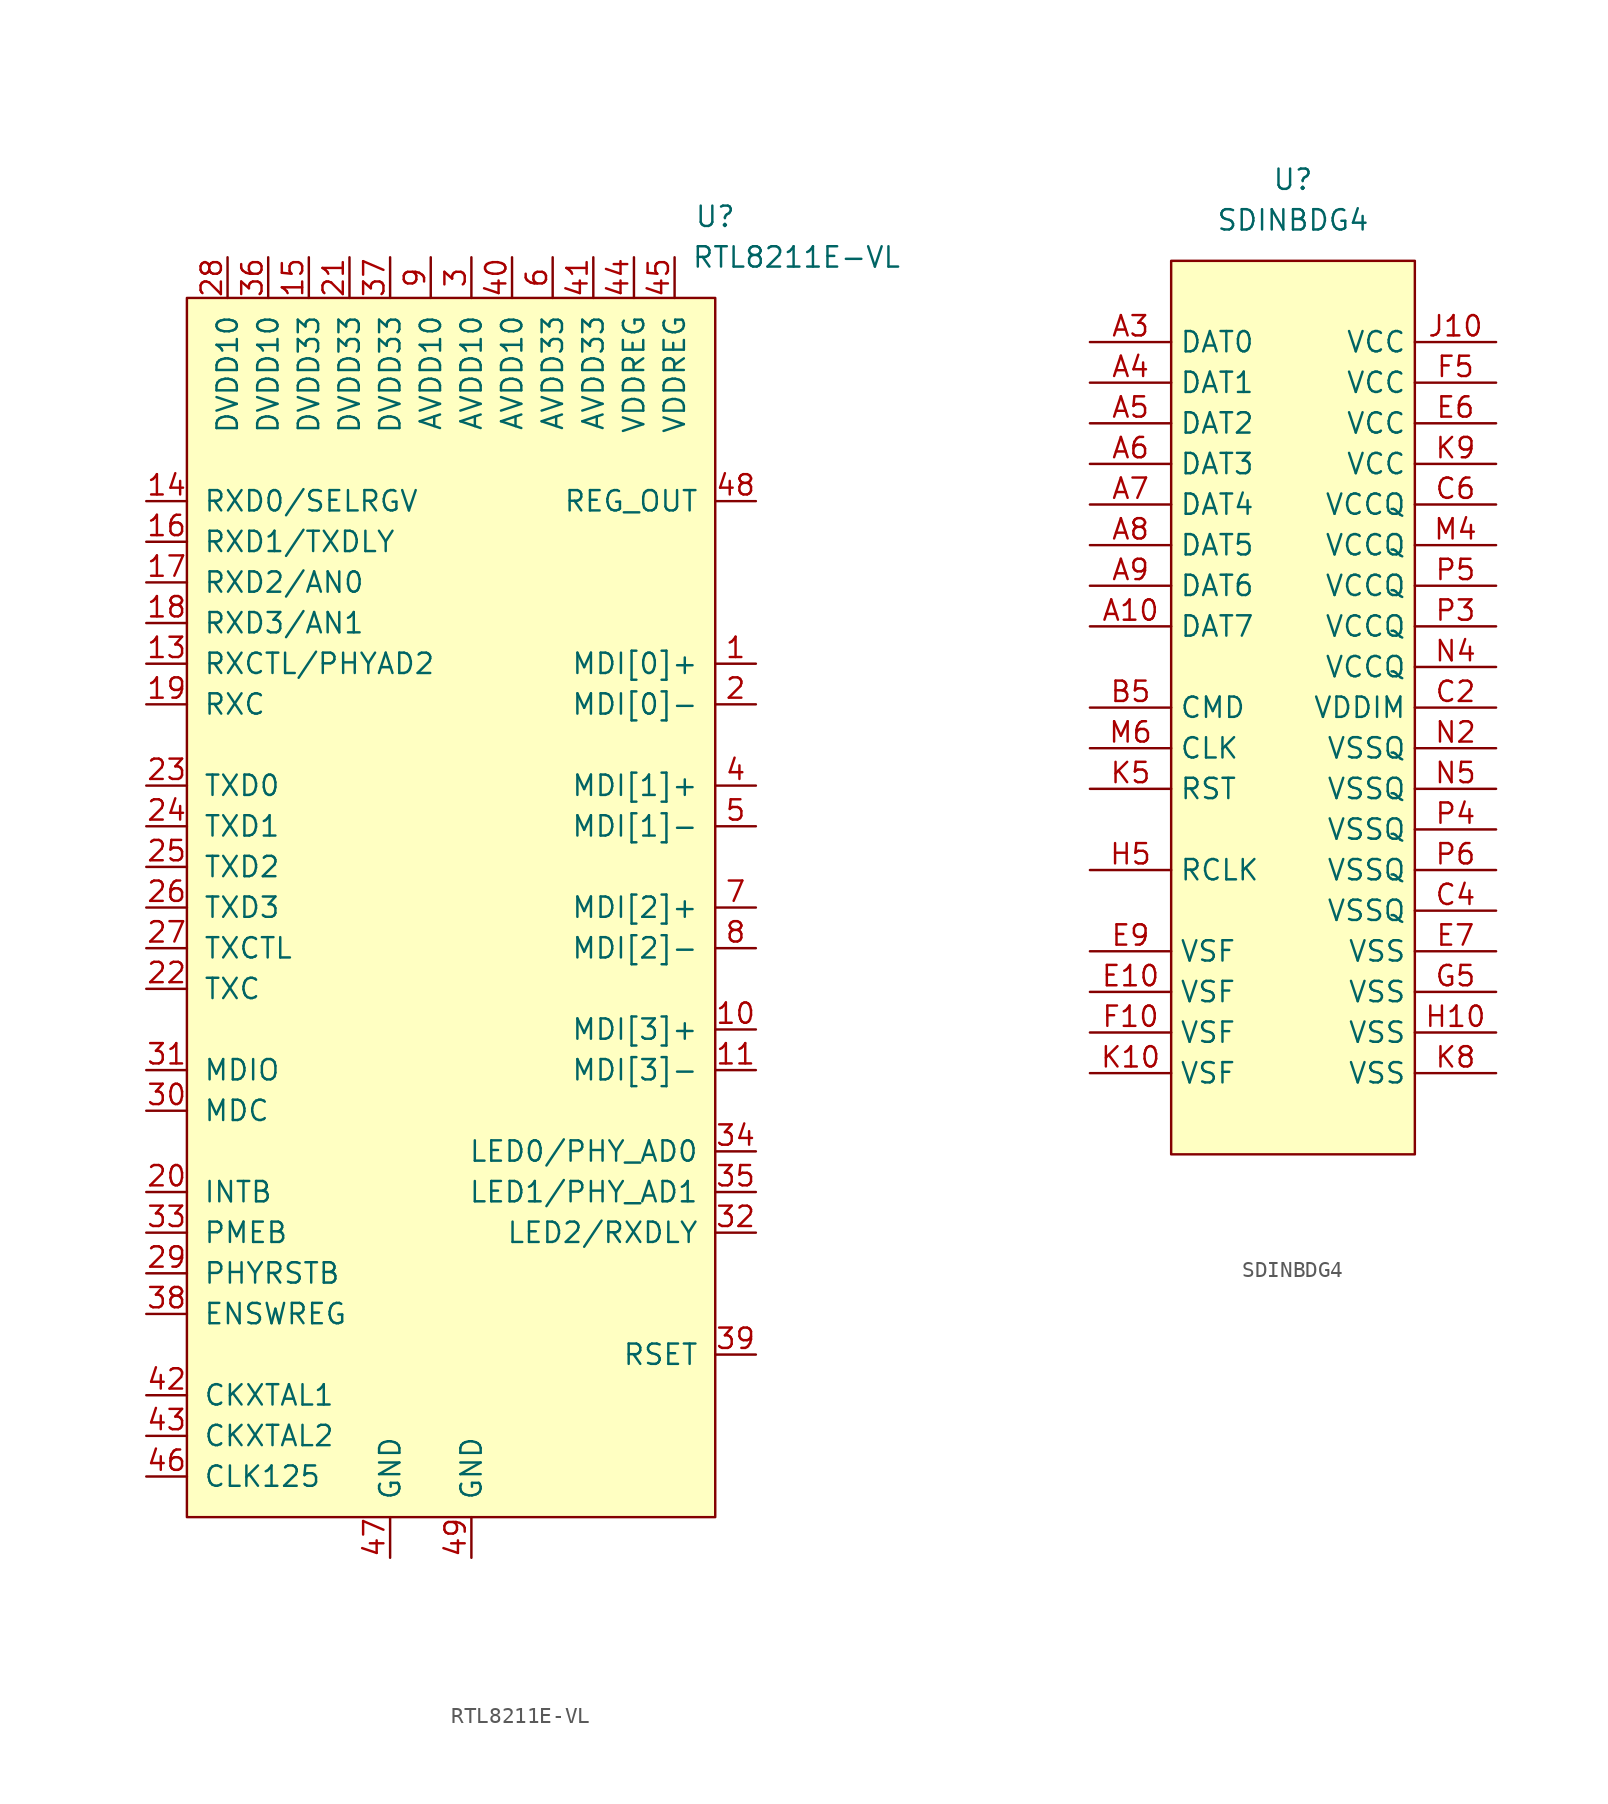
<source format=kicad_sym>
(kicad_symbol_lib
  (version 20231120)
  (generator "kicad_symbol_editor")
  (generator_version "8.0")
  (symbol "RTL8211E-VL"
    (pin_names
      (offset 1.016))
    (property "Reference" "U"
      (at 17.78 2.54 0)
      (effects (font (size 1.27 1.27))))
    (property "Value" "RTL8211E-VL"
      (at 22.86 0 0)
      (effects (font (size 1.27 1.27))))
    (symbol "RTL8211E-VL_0_1"
      (rectangle (start -15.24 -2.54) (end 17.78 -78.74) (stroke (width 0) (type default)) (fill (type background))))
    (symbol "RTL8211E-VL_1_1"
      (pin bidirectional line (at 20.32 -25.4 180) (length 2.54) (name "MDI[0]+" (effects (font (size 1.27 1.27)))) (number "1" (effects (font (size 1.27 1.27)))))
      (pin bidirectional line (at 20.32 -48.26 180) (length 2.54) (name "MDI[3]+" (effects (font (size 1.27 1.27)))) (number "10" (effects (font (size 1.27 1.27)))))
      (pin bidirectional line (at 20.32 -50.8 180) (length 2.54) (name "MDI[3]-" (effects (font (size 1.27 1.27)))) (number "11" (effects (font (size 1.27 1.27)))))
      (pin bidirectional line (at -17.78 -25.4 0) (length 2.54) (name "RXCTL/PHYAD2" (effects (font (size 1.27 1.27)))) (number "13" (effects (font (size 1.27 1.27)))))
      (pin bidirectional line (at -17.78 -15.24 0) (length 2.54) (name "RXD0/SELRGV" (effects (font (size 1.27 1.27)))) (number "14" (effects (font (size 1.27 1.27)))))
      (pin power_in line (at -7.62 0 270) (length 2.54) (name "DVDD33" (effects (font (size 1.27 1.27)))) (number "15" (effects (font (size 1.27 1.27)))))
      (pin bidirectional line (at -17.78 -17.78 0) (length 2.54) (name "RXD1/TXDLY" (effects (font (size 1.27 1.27)))) (number "16" (effects (font (size 1.27 1.27)))))
      (pin bidirectional line (at -17.78 -20.32 0) (length 2.54) (name "RXD2/AN0" (effects (font (size 1.27 1.27)))) (number "17" (effects (font (size 1.27 1.27)))))
      (pin bidirectional line (at -17.78 -22.86 0) (length 2.54) (name "RXD3/AN1" (effects (font (size 1.27 1.27)))) (number "18" (effects (font (size 1.27 1.27)))))
      (pin output line (at -17.78 -27.94 0) (length 2.54) (name "RXC" (effects (font (size 1.27 1.27)))) (number "19" (effects (font (size 1.27 1.27)))))
      (pin bidirectional line (at 20.32 -27.94 180) (length 2.54) (name "MDI[0]-" (effects (font (size 1.27 1.27)))) (number "2" (effects (font (size 1.27 1.27)))))
      (pin output line (at -17.78 -58.42 0) (length 2.54) (name "INTB" (effects (font (size 1.27 1.27)))) (number "20" (effects (font (size 1.27 1.27)))))
      (pin power_in line (at -5.08 0 270) (length 2.54) (name "DVDD33" (effects (font (size 1.27 1.27)))) (number "21" (effects (font (size 1.27 1.27)))))
      (pin input line (at -17.78 -45.72 0) (length 2.54) (name "TXC" (effects (font (size 1.27 1.27)))) (number "22" (effects (font (size 1.27 1.27)))))
      (pin input line (at -17.78 -33.02 0) (length 2.54) (name "TXD0" (effects (font (size 1.27 1.27)))) (number "23" (effects (font (size 1.27 1.27)))))
      (pin input line (at -17.78 -35.56 0) (length 2.54) (name "TXD1" (effects (font (size 1.27 1.27)))) (number "24" (effects (font (size 1.27 1.27)))))
      (pin input line (at -17.78 -38.1 0) (length 2.54) (name "TXD2" (effects (font (size 1.27 1.27)))) (number "25" (effects (font (size 1.27 1.27)))))
      (pin input line (at -17.78 -40.64 0) (length 2.54) (name "TXD3" (effects (font (size 1.27 1.27)))) (number "26" (effects (font (size 1.27 1.27)))))
      (pin input line (at -17.78 -43.18 0) (length 2.54) (name "TXCTL" (effects (font (size 1.27 1.27)))) (number "27" (effects (font (size 1.27 1.27)))))
      (pin power_in line (at -12.7 0 270) (length 2.54) (name "DVDD10" (effects (font (size 1.27 1.27)))) (number "28" (effects (font (size 1.27 1.27)))))
      (pin input line (at -17.78 -63.5 0) (length 2.54) (name "PHYRSTB" (effects (font (size 1.27 1.27)))) (number "29" (effects (font (size 1.27 1.27)))))
      (pin power_in line (at 2.54 0 270) (length 2.54) (name "AVDD10" (effects (font (size 1.27 1.27)))) (number "3" (effects (font (size 1.27 1.27)))))
      (pin input line (at -17.78 -53.34 0) (length 2.54) (name "MDC" (effects (font (size 1.27 1.27)))) (number "30" (effects (font (size 1.27 1.27)))))
      (pin bidirectional line (at -17.78 -50.8 0) (length 2.54) (name "MDIO" (effects (font (size 1.27 1.27)))) (number "31" (effects (font (size 1.27 1.27)))))
      (pin bidirectional line (at 20.32 -60.96 180) (length 2.54) (name "LED2/RXDLY" (effects (font (size 1.27 1.27)))) (number "32" (effects (font (size 1.27 1.27)))))
      (pin output line (at -17.78 -60.96 0) (length 2.54) (name "PMEB" (effects (font (size 1.27 1.27)))) (number "33" (effects (font (size 1.27 1.27)))))
      (pin bidirectional line (at 20.32 -55.88 180) (length 2.54) (name "LED0/PHY_AD0" (effects (font (size 1.27 1.27)))) (number "34" (effects (font (size 1.27 1.27)))))
      (pin bidirectional line (at 20.32 -58.42 180) (length 2.54) (name "LED1/PHY_AD1" (effects (font (size 1.27 1.27)))) (number "35" (effects (font (size 1.27 1.27)))))
      (pin power_in line (at -10.16 0 270) (length 2.54) (name "DVDD10" (effects (font (size 1.27 1.27)))) (number "36" (effects (font (size 1.27 1.27)))))
      (pin power_in line (at -2.54 0 270) (length 2.54) (name "DVDD33" (effects (font (size 1.27 1.27)))) (number "37" (effects (font (size 1.27 1.27)))))
      (pin input line (at -17.78 -66.04 0) (length 2.54) (name "ENSWREG" (effects (font (size 1.27 1.27)))) (number "38" (effects (font (size 1.27 1.27)))))
      (pin output line (at 20.32 -68.58 180) (length 2.54) (name "RSET" (effects (font (size 1.27 1.27)))) (number "39" (effects (font (size 1.27 1.27)))))
      (pin bidirectional line (at 20.32 -33.02 180) (length 2.54) (name "MDI[1]+" (effects (font (size 1.27 1.27)))) (number "4" (effects (font (size 1.27 1.27)))))
      (pin power_in line (at 5.08 0 270) (length 2.54) (name "AVDD10" (effects (font (size 1.27 1.27)))) (number "40" (effects (font (size 1.27 1.27)))))
      (pin power_in line (at 10.16 0 270) (length 2.54) (name "AVDD33" (effects (font (size 1.27 1.27)))) (number "41" (effects (font (size 1.27 1.27)))))
      (pin input line (at -17.78 -71.12 0) (length 2.54) (name "CKXTAL1" (effects (font (size 1.27 1.27)))) (number "42" (effects (font (size 1.27 1.27)))))
      (pin input line (at -17.78 -73.66 0) (length 2.54) (name "CKXTAL2" (effects (font (size 1.27 1.27)))) (number "43" (effects (font (size 1.27 1.27)))))
      (pin power_in line (at 12.7 0 270) (length 2.54) (name "VDDREG" (effects (font (size 1.27 1.27)))) (number "44" (effects (font (size 1.27 1.27)))))
      (pin power_in line (at 15.24 0 270) (length 2.54) (name "VDDREG" (effects (font (size 1.27 1.27)))) (number "45" (effects (font (size 1.27 1.27)))))
      (pin output line (at -17.78 -76.2 0) (length 2.54) (name "CLK125" (effects (font (size 1.27 1.27)))) (number "46" (effects (font (size 1.27 1.27)))))
      (pin power_in line (at -2.54 -81.28 90) (length 2.54) (name "GND" (effects (font (size 1.27 1.27)))) (number "47" (effects (font (size 1.27 1.27)))))
      (pin power_out line (at 20.32 -15.24 180) (length 2.54) (name "REG_OUT" (effects (font (size 1.27 1.27)))) (number "48" (effects (font (size 1.27 1.27)))))
      (pin power_in line (at 2.54 -81.28 90) (length 2.54) (name "GND" (effects (font (size 1.27 1.27)))) (number "49" (effects (font (size 1.27 1.27)))))
      (pin bidirectional line (at 20.32 -35.56 180) (length 2.54) (name "MDI[1]-" (effects (font (size 1.27 1.27)))) (number "5" (effects (font (size 1.27 1.27)))))
      (pin power_in line (at 7.62 0 270) (length 2.54) (name "AVDD33" (effects (font (size 1.27 1.27)))) (number "6" (effects (font (size 1.27 1.27)))))
      (pin bidirectional line (at 20.32 -40.64 180) (length 2.54) (name "MDI[2]+" (effects (font (size 1.27 1.27)))) (number "7" (effects (font (size 1.27 1.27)))))
      (pin bidirectional line (at 20.32 -43.18 180) (length 2.54) (name "MDI[2]-" (effects (font (size 1.27 1.27)))) (number "8" (effects (font (size 1.27 1.27)))))
      (pin power_in line (at 0 0 270) (length 2.54) (name "AVDD10" (effects (font (size 1.27 1.27)))) (number "9" (effects (font (size 1.27 1.27)))))))
  (symbol "SDINBDG4"
    (property "Reference" "U"
      (at 0 0 0)
      (effects (font (size 1.27 1.27))))
    (property "Value" "SDINBDG4"
      (at 0 -2.54 0)
      (effects (font (size 1.27 1.27))))
    (symbol "SDINBDG4_0_1"
      (rectangle (start -7.62 -5.08) (end 7.62 -60.96) (stroke (width 0.152) (type default)) (fill (type background))))
    (symbol "SDINBDG4_1_1"
      (pin bidirectional line (at -12.7 -27.94 0) (length 5.08) (name "DAT7" (effects (font (size 1.27 1.27)))) (number "A10" (effects (font (size 1.27 1.27)))))
      (pin bidirectional line (at -12.7 -10.16 0) (length 5.08) (name "DAT0" (effects (font (size 1.27 1.27)))) (number "A3" (effects (font (size 1.27 1.27)))))
      (pin bidirectional line (at -12.7 -12.7 0) (length 5.08) (name "DAT1" (effects (font (size 1.27 1.27)))) (number "A4" (effects (font (size 1.27 1.27)))))
      (pin bidirectional line (at -12.7 -15.24 0) (length 5.08) (name "DAT2" (effects (font (size 1.27 1.27)))) (number "A5" (effects (font (size 1.27 1.27)))))
      (pin bidirectional line (at -12.7 -17.78 0) (length 5.08) (name "DAT3" (effects (font (size 1.27 1.27)))) (number "A6" (effects (font (size 1.27 1.27)))))
      (pin bidirectional line (at -12.7 -20.32 0) (length 5.08) (name "DAT4" (effects (font (size 1.27 1.27)))) (number "A7" (effects (font (size 1.27 1.27)))))
      (pin bidirectional line (at -12.7 -22.86 0) (length 5.08) (name "DAT5" (effects (font (size 1.27 1.27)))) (number "A8" (effects (font (size 1.27 1.27)))))
      (pin bidirectional line (at -12.7 -25.4 0) (length 5.08) (name "DAT6" (effects (font (size 1.27 1.27)))) (number "A9" (effects (font (size 1.27 1.27)))))
      (pin input line (at -12.7 -33.02 0) (length 5.08) (name "CMD" (effects (font (size 1.27 1.27)))) (number "B5" (effects (font (size 1.27 1.27)))))
      (pin power_in line (at 12.7 -33.02 180) (length 5.08) (name "VDDIM" (effects (font (size 1.27 1.27)))) (number "C2" (effects (font (size 1.27 1.27)))))
      (pin power_in line (at 12.7 -45.72 180) (length 5.08) (name "VSSQ" (effects (font (size 1.27 1.27)))) (number "C4" (effects (font (size 1.27 1.27)))))
      (pin power_in line (at 12.7 -20.32 180) (length 5.08) (name "VCCQ" (effects (font (size 1.27 1.27)))) (number "C6" (effects (font (size 1.27 1.27)))))
      (pin bidirectional line (at -12.7 -50.8 0) (length 5.08) (name "VSF" (effects (font (size 1.27 1.27)))) (number "E10" (effects (font (size 1.27 1.27)))))
      (pin power_in line (at 12.7 -15.24 180) (length 5.08) (name "VCC" (effects (font (size 1.27 1.27)))) (number "E6" (effects (font (size 1.27 1.27)))))
      (pin power_in line (at 12.7 -48.26 180) (length 5.08) (name "VSS" (effects (font (size 1.27 1.27)))) (number "E7" (effects (font (size 1.27 1.27)))))
      (pin bidirectional line (at -12.7 -48.26 0) (length 5.08) (name "VSF" (effects (font (size 1.27 1.27)))) (number "E9" (effects (font (size 1.27 1.27)))))
      (pin bidirectional line (at -12.7 -53.34 0) (length 5.08) (name "VSF" (effects (font (size 1.27 1.27)))) (number "F10" (effects (font (size 1.27 1.27)))))
      (pin power_in line (at 12.7 -12.7 180) (length 5.08) (name "VCC" (effects (font (size 1.27 1.27)))) (number "F5" (effects (font (size 1.27 1.27)))))
      (pin power_in line (at 12.7 -50.8 180) (length 5.08) (name "VSS" (effects (font (size 1.27 1.27)))) (number "G5" (effects (font (size 1.27 1.27)))))
      (pin power_in line (at 12.7 -53.34 180) (length 5.08) (name "VSS" (effects (font (size 1.27 1.27)))) (number "H10" (effects (font (size 1.27 1.27)))))
      (pin output line (at -12.7 -43.18 0) (length 5.08) (name "RCLK" (effects (font (size 1.27 1.27)))) (number "H5" (effects (font (size 1.27 1.27)))))
      (pin power_in line (at 12.7 -10.16 180) (length 5.08) (name "VCC" (effects (font (size 1.27 1.27)))) (number "J10" (effects (font (size 1.27 1.27)))))
      (pin bidirectional line (at -12.7 -55.88 0) (length 5.08) (name "VSF" (effects (font (size 1.27 1.27)))) (number "K10" (effects (font (size 1.27 1.27)))))
      (pin input line (at -12.7 -38.1 0) (length 5.08) (name "RST" (effects (font (size 1.27 1.27)))) (number "K5" (effects (font (size 1.27 1.27)))))
      (pin power_in line (at 12.7 -55.88 180) (length 5.08) (name "VSS" (effects (font (size 1.27 1.27)))) (number "K8" (effects (font (size 1.27 1.27)))))
      (pin power_in line (at 12.7 -17.78 180) (length 5.08) (name "VCC" (effects (font (size 1.27 1.27)))) (number "K9" (effects (font (size 1.27 1.27)))))
      (pin power_in line (at 12.7 -22.86 180) (length 5.08) (name "VCCQ" (effects (font (size 1.27 1.27)))) (number "M4" (effects (font (size 1.27 1.27)))))
      (pin input line (at -12.7 -35.56 0) (length 5.08) (name "CLK" (effects (font (size 1.27 1.27)))) (number "M6" (effects (font (size 1.27 1.27)))))
      (pin power_in line (at 12.7 -35.56 180) (length 5.08) (name "VSSQ" (effects (font (size 1.27 1.27)))) (number "N2" (effects (font (size 1.27 1.27)))))
      (pin power_in line (at 12.7 -30.48 180) (length 5.08) (name "VCCQ" (effects (font (size 1.27 1.27)))) (number "N4" (effects (font (size 1.27 1.27)))))
      (pin power_in line (at 12.7 -38.1 180) (length 5.08) (name "VSSQ" (effects (font (size 1.27 1.27)))) (number "N5" (effects (font (size 1.27 1.27)))))
      (pin power_in line (at 12.7 -27.94 180) (length 5.08) (name "VCCQ" (effects (font (size 1.27 1.27)))) (number "P3" (effects (font (size 1.27 1.27)))))
      (pin power_in line (at 12.7 -40.64 180) (length 5.08) (name "VSSQ" (effects (font (size 1.27 1.27)))) (number "P4" (effects (font (size 1.27 1.27)))))
      (pin power_in line (at 12.7 -25.4 180) (length 5.08) (name "VCCQ" (effects (font (size 1.27 1.27)))) (number "P5" (effects (font (size 1.27 1.27)))))
      (pin power_in line (at 12.7 -43.18 180) (length 5.08) (name "VSSQ" (effects (font (size 1.27 1.27)))) (number "P6" (effects (font (size 1.27 1.27))))))))
</source>
